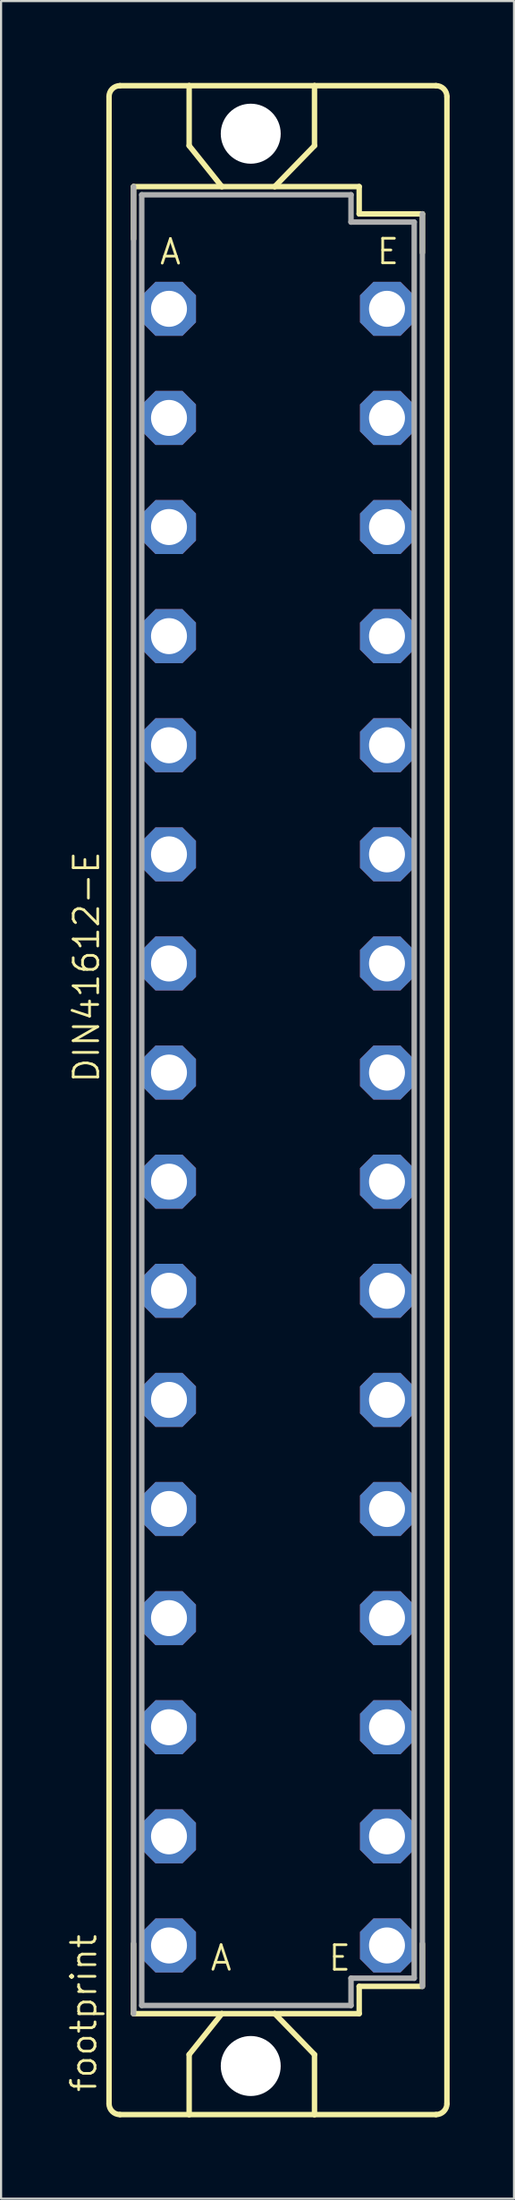
<source format=kicad_pcb>
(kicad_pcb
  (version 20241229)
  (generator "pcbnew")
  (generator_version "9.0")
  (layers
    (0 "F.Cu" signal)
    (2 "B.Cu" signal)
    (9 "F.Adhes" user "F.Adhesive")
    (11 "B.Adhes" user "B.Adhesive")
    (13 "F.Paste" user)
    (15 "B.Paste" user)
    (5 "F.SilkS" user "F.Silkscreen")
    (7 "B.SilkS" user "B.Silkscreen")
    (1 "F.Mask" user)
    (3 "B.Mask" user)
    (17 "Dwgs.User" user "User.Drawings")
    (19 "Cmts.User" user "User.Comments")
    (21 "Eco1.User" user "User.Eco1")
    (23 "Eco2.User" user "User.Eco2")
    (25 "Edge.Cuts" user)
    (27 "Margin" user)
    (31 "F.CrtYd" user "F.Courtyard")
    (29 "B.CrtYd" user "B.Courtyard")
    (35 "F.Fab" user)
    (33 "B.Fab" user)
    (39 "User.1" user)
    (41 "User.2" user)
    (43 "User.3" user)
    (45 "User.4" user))
  (footprint "footprint"
    (layer "F.Cu")
    (at 9.906 48.158)
    (property "Reference" "footprint" (at -8.382 46.279 90) (layer "F.SilkS") (effects (font (size 1.143 1.143) (thickness 0.127)) (justify left bottom)))
    (fp_line (start -7.874 46.736) (end -7.874 -46.711) (stroke (width 0.254) (type solid)) (layer "F.SilkS"))
    (fp_line (start -7.366 -47.219) (end -4.14 -47.219) (stroke (width 0.254) (type solid)) (layer "F.SilkS"))
    (fp_line (start -7.366 47.244) (end -4.14 47.244) (stroke (width 0.254) (type solid)) (layer "F.SilkS"))
    (fp_line (start -6.731 -42.52) (end -6.731 -40.081) (stroke (width 0.254) (type solid)) (layer "F.SilkS"))
    (fp_line (start -6.731 39.294) (end -6.731 42.545) (stroke (width 0.254) (type solid)) (layer "F.SilkS"))
    (fp_line (start -6.731 42.545) (end -2.616 42.545) (stroke (width 0.254) (type solid)) (layer "F.SilkS"))
    (fp_line (start -4.14 -47.219) (end -4.14 -44.425) (stroke (width 0.254) (type solid)) (layer "F.SilkS"))
    (fp_line (start -4.14 47.244) (end -4.14 44.45) (stroke (width 0.254) (type solid)) (layer "F.SilkS"))
    (fp_line (start -4.14 47.244) (end 1.702 47.244) (stroke (width 0.254) (type solid)) (layer "F.SilkS"))
    (fp_line (start -2.616 -42.52) (end -6.731 -42.52) (stroke (width 0.254) (type solid)) (layer "F.SilkS"))
    (fp_line (start -2.616 -42.52) (end -4.14 -44.425) (stroke (width 0.254) (type solid)) (layer "F.SilkS"))
    (fp_line (start -2.616 42.545) (end -4.14 44.45) (stroke (width 0.254) (type solid)) (layer "F.SilkS"))
    (fp_line (start -2.616 42.545) (end -0.152 42.545) (stroke (width 0.254) (type solid)) (layer "F.SilkS"))
    (fp_line (start -0.152 -42.52) (end -2.616 -42.52) (stroke (width 0.254) (type solid)) (layer "F.SilkS"))
    (fp_line (start -0.152 -42.52) (end 1.702 -44.425) (stroke (width 0.254) (type solid)) (layer "F.SilkS"))
    (fp_line (start -0.152 42.545) (end 1.702 44.45) (stroke (width 0.254) (type solid)) (layer "F.SilkS"))
    (fp_line (start -0.152 42.545) (end 3.785 42.545) (stroke (width 0.254) (type solid)) (layer "F.SilkS"))
    (fp_line (start 1.702 -47.219) (end -4.14 -47.219) (stroke (width 0.254) (type solid)) (layer "F.SilkS"))
    (fp_line (start 1.702 -47.219) (end 1.702 -44.425) (stroke (width 0.254) (type solid)) (layer "F.SilkS"))
    (fp_line (start 1.702 47.244) (end 1.702 44.45) (stroke (width 0.254) (type solid)) (layer "F.SilkS"))
    (fp_line (start 1.702 47.244) (end 7.366 47.244) (stroke (width 0.254) (type solid)) (layer "F.SilkS"))
    (fp_line (start 3.785 -42.52) (end -0.152 -42.52) (stroke (width 0.254) (type solid)) (layer "F.SilkS"))
    (fp_line (start 3.785 -41.25) (end 3.785 -42.52) (stroke (width 0.254) (type solid)) (layer "F.SilkS"))
    (fp_line (start 3.785 41.275) (end 6.731 41.275) (stroke (width 0.254) (type solid)) (layer "F.SilkS"))
    (fp_line (start 3.785 42.545) (end 3.785 41.275) (stroke (width 0.254) (type solid)) (layer "F.SilkS"))
    (fp_line (start 6.731 -41.25) (end 3.785 -41.25) (stroke (width 0.254) (type solid)) (layer "F.SilkS"))
    (fp_line (start 6.731 -39.446) (end 6.731 -41.25) (stroke (width 0.254) (type solid)) (layer "F.SilkS"))
    (fp_line (start 6.731 41.199) (end 6.731 39.294) (stroke (width 0.254) (type solid)) (layer "F.SilkS"))
    (fp_line (start 7.366 -47.219) (end 1.702 -47.219) (stroke (width 0.254) (type solid)) (layer "F.SilkS"))
    (fp_line (start 7.874 46.736) (end 7.874 -46.711) (stroke (width 0.254) (type solid)) (layer "F.SilkS"))
    (fp_arc (start -7.874 -46.7106) (mid -7.72521 -47.06981) (end -7.366 -47.2186) (stroke (width 0.254) (type solid)) (layer "F.SilkS"))
    (fp_arc (start -7.366 47.244) (mid -7.72521 47.09521) (end -7.874 46.736) (stroke (width 0.254) (type solid)) (layer "F.SilkS"))
    (fp_arc (start 7.366 -47.2186) (mid 7.72521 -47.06981) (end 7.874 -46.7106) (stroke (width 0.254) (type solid)) (layer "F.SilkS"))
    (fp_arc (start 7.874 46.736) (mid 7.72521 47.09521) (end 7.366 47.244) (stroke (width 0.254) (type solid)) (layer "F.SilkS"))
    (fp_line (start -6.731 -42.52) (end -6.731 42.545) (stroke (width 0.254) (type solid)) (layer "F.Fab"))
    (fp_line (start -6.35 -42.139) (end -6.35 42.164) (stroke (width 0.254) (type solid)) (layer "F.Fab"))
    (fp_line (start -6.35 -42.139) (end 3.404 -42.139) (stroke (width 0.254) (type solid)) (layer "F.Fab"))
    (fp_line (start -6.35 42.164) (end 3.404 42.164) (stroke (width 0.254) (type solid)) (layer "F.Fab"))
    (fp_line (start 3.404 -42.139) (end 3.404 -40.869) (stroke (width 0.254) (type solid)) (layer "F.Fab"))
    (fp_line (start 3.404 -40.869) (end 6.35 -40.869) (stroke (width 0.254) (type solid)) (layer "F.Fab"))
    (fp_line (start 3.404 40.894) (end 6.35 40.894) (stroke (width 0.254) (type solid)) (layer "F.Fab"))
    (fp_line (start 3.404 42.164) (end 3.404 40.894) (stroke (width 0.254) (type solid)) (layer "F.Fab"))
    (fp_line (start 6.35 -40.869) (end 6.35 40.894) (stroke (width 0.254) (type solid)) (layer "F.Fab"))
    (fp_line (start 6.731 41.275) (end 6.731 -41.25) (stroke (width 0.254) (type solid)) (layer "F.Fab"))
    (fp_poly (pts (xy -5.461 -36.195) (xy -4.699 -36.195) (xy -4.699 -37.465) (xy -5.461 -37.465)) (stroke (width 0.1) (type solid)) (fill no) (layer "F.Fab"))
    (fp_poly (pts (xy -5.461 -31.115) (xy -4.699 -31.115) (xy -4.699 -32.385) (xy -5.461 -32.385)) (stroke (width 0.1) (type solid)) (fill no) (layer "F.Fab"))
    (fp_poly (pts (xy -5.461 -26.035) (xy -4.699 -26.035) (xy -4.699 -27.305) (xy -5.461 -27.305)) (stroke (width 0.1) (type solid)) (fill no) (layer "F.Fab"))
    (fp_poly (pts (xy -5.461 -20.955) (xy -4.699 -20.955) (xy -4.699 -22.225) (xy -5.461 -22.225)) (stroke (width 0.1) (type solid)) (fill no) (layer "F.Fab"))
    (fp_poly (pts (xy -5.461 -15.875) (xy -4.699 -15.875) (xy -4.699 -17.145) (xy -5.461 -17.145)) (stroke (width 0.1) (type solid)) (fill no) (layer "F.Fab"))
    (fp_poly (pts (xy -5.461 -10.795) (xy -4.699 -10.795) (xy -4.699 -12.065) (xy -5.461 -12.065)) (stroke (width 0.1) (type solid)) (fill no) (layer "F.Fab"))
    (fp_poly (pts (xy -5.461 -5.715) (xy -4.699 -5.715) (xy -4.699 -6.985) (xy -5.461 -6.985)) (stroke (width 0.1) (type solid)) (fill no) (layer "F.Fab"))
    (fp_poly (pts (xy -5.461 -0.635) (xy -4.699 -0.635) (xy -4.699 -1.905) (xy -5.461 -1.905)) (stroke (width 0.1) (type solid)) (fill no) (layer "F.Fab"))
    (fp_poly (pts (xy -5.461 4.445) (xy -4.699 4.445) (xy -4.699 3.175) (xy -5.461 3.175)) (stroke (width 0.1) (type solid)) (fill no) (layer "F.Fab"))
    (fp_poly (pts (xy -5.461 9.525) (xy -4.699 9.525) (xy -4.699 8.255) (xy -5.461 8.255)) (stroke (width 0.1) (type solid)) (fill no) (layer "F.Fab"))
    (fp_poly (pts (xy -5.461 14.605) (xy -4.699 14.605) (xy -4.699 13.335) (xy -5.461 13.335)) (stroke (width 0.1) (type solid)) (fill no) (layer "F.Fab"))
    (fp_poly (pts (xy -5.461 19.685) (xy -4.699 19.685) (xy -4.699 18.415) (xy -5.461 18.415)) (stroke (width 0.1) (type solid)) (fill no) (layer "F.Fab"))
    (fp_poly (pts (xy -5.461 24.765) (xy -4.699 24.765) (xy -4.699 23.495) (xy -5.461 23.495)) (stroke (width 0.1) (type solid)) (fill no) (layer "F.Fab"))
    (fp_poly (pts (xy -5.461 29.845) (xy -4.699 29.845) (xy -4.699 28.575) (xy -5.461 28.575)) (stroke (width 0.1) (type solid)) (fill no) (layer "F.Fab"))
    (fp_poly (pts (xy -5.461 34.925) (xy -4.699 34.925) (xy -4.699 33.655) (xy -5.461 33.655)) (stroke (width 0.1) (type solid)) (fill no) (layer "F.Fab"))
    (fp_poly (pts (xy -5.461 40.005) (xy -4.699 40.005) (xy -4.699 38.735) (xy -5.461 38.735)) (stroke (width 0.1) (type solid)) (fill no) (layer "F.Fab"))
    (fp_poly (pts (xy 4.699 -36.195) (xy 5.461 -36.195) (xy 5.461 -37.465) (xy 4.699 -37.465)) (stroke (width 0.1) (type solid)) (fill no) (layer "F.Fab"))
    (fp_poly (pts (xy 4.699 -31.115) (xy 5.461 -31.115) (xy 5.461 -32.385) (xy 4.699 -32.385)) (stroke (width 0.1) (type solid)) (fill no) (layer "F.Fab"))
    (fp_poly (pts (xy 4.699 -26.035) (xy 5.461 -26.035) (xy 5.461 -27.305) (xy 4.699 -27.305)) (stroke (width 0.1) (type solid)) (fill no) (layer "F.Fab"))
    (fp_poly (pts (xy 4.699 -20.955) (xy 5.461 -20.955) (xy 5.461 -22.225) (xy 4.699 -22.225)) (stroke (width 0.1) (type solid)) (fill no) (layer "F.Fab"))
    (fp_poly (pts (xy 4.699 -15.875) (xy 5.461 -15.875) (xy 5.461 -17.145) (xy 4.699 -17.145)) (stroke (width 0.1) (type solid)) (fill no) (layer "F.Fab"))
    (fp_poly (pts (xy 4.699 -10.795) (xy 5.461 -10.795) (xy 5.461 -12.065) (xy 4.699 -12.065)) (stroke (width 0.1) (type solid)) (fill no) (layer "F.Fab"))
    (fp_poly (pts (xy 4.699 -5.715) (xy 5.461 -5.715) (xy 5.461 -6.985) (xy 4.699 -6.985)) (stroke (width 0.1) (type solid)) (fill no) (layer "F.Fab"))
    (fp_poly (pts (xy 4.699 -0.635) (xy 5.461 -0.635) (xy 5.461 -1.905) (xy 4.699 -1.905)) (stroke (width 0.1) (type solid)) (fill no) (layer "F.Fab"))
    (fp_poly (pts (xy 4.699 4.445) (xy 5.461 4.445) (xy 5.461 3.175) (xy 4.699 3.175)) (stroke (width 0.1) (type solid)) (fill no) (layer "F.Fab"))
    (fp_poly (pts (xy 4.699 9.525) (xy 5.461 9.525) (xy 5.461 8.255) (xy 4.699 8.255)) (stroke (width 0.1) (type solid)) (fill no) (layer "F.Fab"))
    (fp_poly (pts (xy 4.699 14.605) (xy 5.461 14.605) (xy 5.461 13.335) (xy 4.699 13.335)) (stroke (width 0.1) (type solid)) (fill no) (layer "F.Fab"))
    (fp_poly (pts (xy 4.699 19.685) (xy 5.461 19.685) (xy 5.461 18.415) (xy 4.699 18.415)) (stroke (width 0.1) (type solid)) (fill no) (layer "F.Fab"))
    (fp_poly (pts (xy 4.699 24.765) (xy 5.461 24.765) (xy 5.461 23.495) (xy 4.699 23.495)) (stroke (width 0.1) (type solid)) (fill no) (layer "F.Fab"))
    (fp_poly (pts (xy 4.699 29.845) (xy 5.461 29.845) (xy 5.461 28.575) (xy 4.699 28.575)) (stroke (width 0.1) (type solid)) (fill no) (layer "F.Fab"))
    (fp_poly (pts (xy 4.699 34.925) (xy 5.461 34.925) (xy 5.461 33.655) (xy 4.699 33.655)) (stroke (width 0.1) (type solid)) (fill no) (layer "F.Fab"))
    (fp_poly (pts (xy 4.699 40.005) (xy 5.461 40.005) (xy 5.461 38.735) (xy 4.699 38.735)) (stroke (width 0.1) (type solid)) (fill no) (layer "F.Fab"))
    (fp_text user "E" (at 4.525 -38.825 0) (layer "F.SilkS") (effects (font (size 1.143 1.143) (thickness 0.127)) (justify left bottom)))
    (fp_text user "E" (at 2.275 40.625 0) (layer "F.SilkS") (effects (font (size 1.143 1.143) (thickness 0.127)) (justify left bottom)))
    (fp_text user "DIN41612-E" (at -8.255 -0.711 90) (layer "F.SilkS") (effects (font (size 1.143 1.143) (thickness 0.127)) (justify left bottom)))
    (fp_text user "A" (at -5.588 -38.811 0) (layer "F.SilkS") (effects (font (size 1.143 1.143) (thickness 0.127)) (justify left bottom)))
    (fp_text user "A" (at -3.225 40.625 0) (layer "F.SilkS") (effects (font (size 1.143 1.143) (thickness 0.127)) (justify left bottom)))
    (pad "" np_thru_hole circle (at -1.27 -44.983) (size 2.794 2.794) (drill 2.794) (layers "*.Cu" "*.Mask"))
    (pad "" np_thru_hole circle (at -1.27 44.983) (size 2.794 2.794) (drill 2.794) (layers "*.Cu" "*.Mask"))
    (pad "A2" thru_hole roundrect (at -5.08 -36.83) (size 2.515 2.515) (drill 1.676) (layers "*.Cu" "*.Mask") (roundrect_rratio 0.25) (chamfer_ratio 0.25) (chamfer top_left top_right bottom_left bottom_right))
    (pad "A4" thru_hole roundrect (at -5.08 -31.75) (size 2.515 2.515) (drill 1.676) (layers "*.Cu" "*.Mask") (roundrect_rratio 0.25) (chamfer_ratio 0.25) (chamfer top_left top_right bottom_left bottom_right))
    (pad "A6" thru_hole roundrect (at -5.08 -26.67) (size 2.515 2.515) (drill 1.676) (layers "*.Cu" "*.Mask") (roundrect_rratio 0.25) (chamfer_ratio 0.25) (chamfer top_left top_right bottom_left bottom_right))
    (pad "A8" thru_hole roundrect (at -5.08 -21.59) (size 2.515 2.515) (drill 1.676) (layers "*.Cu" "*.Mask") (roundrect_rratio 0.25) (chamfer_ratio 0.25) (chamfer top_left top_right bottom_left bottom_right))
    (pad "A10" thru_hole roundrect (at -5.08 -16.51) (size 2.515 2.515) (drill 1.676) (layers "*.Cu" "*.Mask") (roundrect_rratio 0.25) (chamfer_ratio 0.25) (chamfer top_left top_right bottom_left bottom_right))
    (pad "A12" thru_hole roundrect (at -5.08 -11.43) (size 2.515 2.515) (drill 1.676) (layers "*.Cu" "*.Mask") (roundrect_rratio 0.25) (chamfer_ratio 0.25) (chamfer top_left top_right bottom_left bottom_right))
    (pad "A14" thru_hole roundrect (at -5.08 -6.35) (size 2.515 2.515) (drill 1.676) (layers "*.Cu" "*.Mask") (roundrect_rratio 0.25) (chamfer_ratio 0.25) (chamfer top_left top_right bottom_left bottom_right))
    (pad "A16" thru_hole roundrect (at -5.08 -1.27) (size 2.515 2.515) (drill 1.676) (layers "*.Cu" "*.Mask") (roundrect_rratio 0.25) (chamfer_ratio 0.25) (chamfer top_left top_right bottom_left bottom_right))
    (pad "A18" thru_hole roundrect (at -5.08 3.81) (size 2.515 2.515) (drill 1.676) (layers "*.Cu" "*.Mask") (roundrect_rratio 0.25) (chamfer_ratio 0.25) (chamfer top_left top_right bottom_left bottom_right))
    (pad "A20" thru_hole roundrect (at -5.08 8.89) (size 2.515 2.515) (drill 1.676) (layers "*.Cu" "*.Mask") (roundrect_rratio 0.25) (chamfer_ratio 0.25) (chamfer top_left top_right bottom_left bottom_right))
    (pad "A22" thru_hole roundrect (at -5.08 13.97) (size 2.515 2.515) (drill 1.676) (layers "*.Cu" "*.Mask") (roundrect_rratio 0.25) (chamfer_ratio 0.25) (chamfer top_left top_right bottom_left bottom_right))
    (pad "A24" thru_hole roundrect (at -5.08 19.05) (size 2.515 2.515) (drill 1.676) (layers "*.Cu" "*.Mask") (roundrect_rratio 0.25) (chamfer_ratio 0.25) (chamfer top_left top_right bottom_left bottom_right))
    (pad "A26" thru_hole roundrect (at -5.08 24.13) (size 2.515 2.515) (drill 1.676) (layers "*.Cu" "*.Mask") (roundrect_rratio 0.25) (chamfer_ratio 0.25) (chamfer top_left top_right bottom_left bottom_right))
    (pad "A28" thru_hole roundrect (at -5.08 29.21) (size 2.515 2.515) (drill 1.676) (layers "*.Cu" "*.Mask") (roundrect_rratio 0.25) (chamfer_ratio 0.25) (chamfer top_left top_right bottom_left bottom_right))
    (pad "A30" thru_hole roundrect (at -5.08 34.29) (size 2.515 2.515) (drill 1.676) (layers "*.Cu" "*.Mask") (roundrect_rratio 0.25) (chamfer_ratio 0.25) (chamfer top_left top_right bottom_left bottom_right))
    (pad "A32" thru_hole roundrect (at -5.08 39.37) (size 2.515 2.515) (drill 1.676) (layers "*.Cu" "*.Mask") (roundrect_rratio 0.25) (chamfer_ratio 0.25) (chamfer top_left top_right bottom_left bottom_right))
    (pad "E2" thru_hole roundrect (at 5.08 -36.83) (size 2.515 2.515) (drill 1.676) (layers "*.Cu" "*.Mask") (roundrect_rratio 0.25) (chamfer_ratio 0.25) (chamfer top_left top_right bottom_left bottom_right))
    (pad "E4" thru_hole roundrect (at 5.08 -31.75) (size 2.515 2.515) (drill 1.676) (layers "*.Cu" "*.Mask") (roundrect_rratio 0.25) (chamfer_ratio 0.25) (chamfer top_left top_right bottom_left bottom_right))
    (pad "E6" thru_hole roundrect (at 5.08 -26.67) (size 2.515 2.515) (drill 1.676) (layers "*.Cu" "*.Mask") (roundrect_rratio 0.25) (chamfer_ratio 0.25) (chamfer top_left top_right bottom_left bottom_right))
    (pad "E8" thru_hole roundrect (at 5.08 -21.59) (size 2.515 2.515) (drill 1.676) (layers "*.Cu" "*.Mask") (roundrect_rratio 0.25) (chamfer_ratio 0.25) (chamfer top_left top_right bottom_left bottom_right))
    (pad "E10" thru_hole roundrect (at 5.08 -16.51) (size 2.515 2.515) (drill 1.676) (layers "*.Cu" "*.Mask") (roundrect_rratio 0.25) (chamfer_ratio 0.25) (chamfer top_left top_right bottom_left bottom_right))
    (pad "E12" thru_hole roundrect (at 5.08 -11.43) (size 2.515 2.515) (drill 1.676) (layers "*.Cu" "*.Mask") (roundrect_rratio 0.25) (chamfer_ratio 0.25) (chamfer top_left top_right bottom_left bottom_right))
    (pad "E14" thru_hole roundrect (at 5.08 -6.35) (size 2.515 2.515) (drill 1.676) (layers "*.Cu" "*.Mask") (roundrect_rratio 0.25) (chamfer_ratio 0.25) (chamfer top_left top_right bottom_left bottom_right))
    (pad "E16" thru_hole roundrect (at 5.08 -1.27) (size 2.515 2.515) (drill 1.676) (layers "*.Cu" "*.Mask") (roundrect_rratio 0.25) (chamfer_ratio 0.25) (chamfer top_left top_right bottom_left bottom_right))
    (pad "E18" thru_hole roundrect (at 5.08 3.81) (size 2.515 2.515) (drill 1.676) (layers "*.Cu" "*.Mask") (roundrect_rratio 0.25) (chamfer_ratio 0.25) (chamfer top_left top_right bottom_left bottom_right))
    (pad "E20" thru_hole roundrect (at 5.08 8.89) (size 2.515 2.515) (drill 1.676) (layers "*.Cu" "*.Mask") (roundrect_rratio 0.25) (chamfer_ratio 0.25) (chamfer top_left top_right bottom_left bottom_right))
    (pad "E22" thru_hole roundrect (at 5.08 13.97) (size 2.515 2.515) (drill 1.676) (layers "*.Cu" "*.Mask") (roundrect_rratio 0.25) (chamfer_ratio 0.25) (chamfer top_left top_right bottom_left bottom_right))
    (pad "E24" thru_hole roundrect (at 5.08 19.05) (size 2.515 2.515) (drill 1.676) (layers "*.Cu" "*.Mask") (roundrect_rratio 0.25) (chamfer_ratio 0.25) (chamfer top_left top_right bottom_left bottom_right))
    (pad "E26" thru_hole roundrect (at 5.08 24.13) (size 2.515 2.515) (drill 1.676) (layers "*.Cu" "*.Mask") (roundrect_rratio 0.25) (chamfer_ratio 0.25) (chamfer top_left top_right bottom_left bottom_right))
    (pad "E28" thru_hole roundrect (at 5.08 29.21) (size 2.515 2.515) (drill 1.676) (layers "*.Cu" "*.Mask") (roundrect_rratio 0.25) (chamfer_ratio 0.25) (chamfer top_left top_right bottom_left bottom_right))
    (pad "E30" thru_hole roundrect (at 5.08 34.29) (size 2.515 2.515) (drill 1.676) (layers "*.Cu" "*.Mask") (roundrect_rratio 0.25) (chamfer_ratio 0.25) (chamfer top_left top_right bottom_left bottom_right))
    (pad "E32" thru_hole roundrect (at 5.08 39.37) (size 2.515 2.515) (drill 1.676) (layers "*.Cu" "*.Mask") (roundrect_rratio 0.25) (chamfer_ratio 0.25) (chamfer top_left top_right bottom_left bottom_right))
    (zone (net_name "") (layers "F.Cu" "B.Cu") (hatch edge 0.508) (connect_pads) (min_thickness 0.254) (filled_areas_thickness no) (keepout (tracks allowed) (vias not_allowed) (pads allowed) (copperpour allowed) (footprints allowed)) (placement (enabled no)) (fill) (polygon (pts (xy 11.811 3.175) (xy 11.763 2.624) (xy 11.62 2.089) (xy 11.386 1.587) (xy 11.068 1.134) (xy 10.677 0.743) (xy 10.223 0.425) (xy 9.722 0.191) (xy 9.187 0.048) (xy 8.636 0) (xy 8.085 0.048) (xy 7.55 0.191) (xy 7.048 0.425) (xy 6.595 0.743) (xy 6.204 1.134) (xy 5.886 1.587) (xy 5.652 2.089) (xy 5.509 2.624) (xy 5.461 3.175) (xy 5.509 3.726) (xy 5.652 4.261) (xy 5.886 4.763) (xy 6.204 5.216) (xy 6.595 5.607) (xy 7.048 5.925) (xy 7.55 6.159) (xy 8.085 6.302) (xy 8.636 6.35) (xy 9.187 6.302) (xy 9.722 6.159) (xy 10.223 5.925) (xy 10.677 5.607) (xy 11.068 5.216) (xy 11.386 4.763) (xy 11.62 4.261) (xy 11.763 3.726))) (polygon (pts (xy 10.033 3.175) (xy 10.012 2.932) (xy 9.949 2.697) (xy 9.846 2.477) (xy 9.706 2.277) (xy 9.534 2.105) (xy 9.335 1.965) (xy 9.114 1.862) (xy 8.879 1.799) (xy 8.636 1.778) (xy 8.393 1.799) (xy 8.158 1.862) (xy 7.938 1.965) (xy 7.738 2.105) (xy 7.566 2.277) (xy 7.426 2.477) (xy 7.323 2.697) (xy 7.26 2.932) (xy 7.239 3.175) (xy 7.26 3.418) (xy 7.323 3.653) (xy 7.426 3.873) (xy 7.566 4.073) (xy 7.738 4.245) (xy 7.938 4.385) (xy 8.158 4.488) (xy 8.393 4.551) (xy 8.636 4.572) (xy 8.879 4.551) (xy 9.114 4.488) (xy 9.335 4.385) (xy 9.534 4.245) (xy 9.706 4.073) (xy 9.846 3.873) (xy 9.949 3.653) (xy 10.012 3.418))))
    (zone (net_name "") (layers "F.Cu" "B.Cu") (hatch edge 0.508) (connect_pads) (min_thickness 0.254) (filled_areas_thickness no) (keepout (tracks allowed) (vias not_allowed) (pads allowed) (copperpour allowed) (footprints allowed)) (placement (enabled no)) (fill) (polygon (pts (xy 11.811 93.142) (xy 11.763 92.59) (xy 11.62 92.056) (xy 11.386 91.554) (xy 11.068 91.101) (xy 10.677 90.71) (xy 10.223 90.392) (xy 9.722 90.158) (xy 9.187 90.015) (xy 8.636 89.967) (xy 8.085 90.015) (xy 7.55 90.158) (xy 7.048 90.392) (xy 6.595 90.71) (xy 6.204 91.101) (xy 5.886 91.554) (xy 5.652 92.056) (xy 5.509 92.59) (xy 5.461 93.142) (xy 5.509 93.693) (xy 5.652 94.228) (xy 5.886 94.729) (xy 6.204 95.183) (xy 6.595 95.574) (xy 7.048 95.891) (xy 7.55 96.125) (xy 8.085 96.269) (xy 8.636 96.317) (xy 9.187 96.269) (xy 9.722 96.125) (xy 10.223 95.891) (xy 10.677 95.574) (xy 11.068 95.183) (xy 11.386 94.729) (xy 11.62 94.228) (xy 11.763 93.693))) (polygon (pts (xy 10.033 93.142) (xy 10.012 92.899) (xy 9.949 92.664) (xy 9.846 92.443) (xy 9.706 92.244) (xy 9.534 92.072) (xy 9.335 91.932) (xy 9.114 91.829) (xy 8.879 91.766) (xy 8.636 91.745) (xy 8.393 91.766) (xy 8.158 91.829) (xy 7.938 91.932) (xy 7.738 92.072) (xy 7.566 92.244) (xy 7.426 92.443) (xy 7.323 92.664) (xy 7.26 92.899) (xy 7.239 93.142) (xy 7.26 93.384) (xy 7.323 93.62) (xy 7.426 93.84) (xy 7.566 94.04) (xy 7.738 94.212) (xy 7.938 94.352) (xy 8.158 94.455) (xy 8.393 94.518) (xy 8.636 94.539) (xy 8.879 94.518) (xy 9.114 94.455) (xy 9.335 94.352) (xy 9.534 94.212) (xy 9.706 94.04) (xy 9.846 93.84) (xy 9.949 93.62) (xy 10.012 93.384))))
    (zone (net_name "") (layer "B.Cu") (hatch edge 0.508) (connect_pads) (min_thickness 0.254) (filled_areas_thickness no) (keepout (tracks not_allowed) (vias not_allowed) (pads not_allowed) (copperpour not_allowed) (footprints allowed)) (placement (enabled no)) (fill) (polygon (pts (xy 11.811 3.175) (xy 11.763 2.624) (xy 11.62 2.089) (xy 11.386 1.587) (xy 11.068 1.134) (xy 10.677 0.743) (xy 10.223 0.425) (xy 9.722 0.191) (xy 9.187 0.048) (xy 8.636 0) (xy 8.085 0.048) (xy 7.55 0.191) (xy 7.048 0.425) (xy 6.595 0.743) (xy 6.204 1.134) (xy 5.886 1.587) (xy 5.652 2.089) (xy 5.509 2.624) (xy 5.461 3.175) (xy 5.509 3.726) (xy 5.652 4.261) (xy 5.886 4.763) (xy 6.204 5.216) (xy 6.595 5.607) (xy 7.048 5.925) (xy 7.55 6.159) (xy 8.085 6.302) (xy 8.636 6.35) (xy 9.187 6.302) (xy 9.722 6.159) (xy 10.223 5.925) (xy 10.677 5.607) (xy 11.068 5.216) (xy 11.386 4.763) (xy 11.62 4.261) (xy 11.763 3.726))) (polygon (pts (xy 10.033 3.175) (xy 10.012 2.932) (xy 9.949 2.697) (xy 9.846 2.477) (xy 9.706 2.277) (xy 9.534 2.105) (xy 9.335 1.965) (xy 9.114 1.862) (xy 8.879 1.799) (xy 8.636 1.778) (xy 8.393 1.799) (xy 8.158 1.862) (xy 7.938 1.965) (xy 7.738 2.105) (xy 7.566 2.277) (xy 7.426 2.477) (xy 7.323 2.697) (xy 7.26 2.932) (xy 7.239 3.175) (xy 7.26 3.418) (xy 7.323 3.653) (xy 7.426 3.873) (xy 7.566 4.073) (xy 7.738 4.245) (xy 7.938 4.385) (xy 8.158 4.488) (xy 8.393 4.551) (xy 8.636 4.572) (xy 8.879 4.551) (xy 9.114 4.488) (xy 9.335 4.385) (xy 9.534 4.245) (xy 9.706 4.073) (xy 9.846 3.873) (xy 9.949 3.653) (xy 10.012 3.418))))
    (zone (net_name "") (layer "B.Cu") (hatch edge 0.508) (connect_pads) (min_thickness 0.254) (filled_areas_thickness no) (keepout (tracks not_allowed) (vias not_allowed) (pads not_allowed) (copperpour not_allowed) (footprints allowed)) (placement (enabled no)) (fill) (polygon (pts (xy 11.811 93.142) (xy 11.763 92.59) (xy 11.62 92.056) (xy 11.386 91.554) (xy 11.068 91.101) (xy 10.677 90.71) (xy 10.223 90.392) (xy 9.722 90.158) (xy 9.187 90.015) (xy 8.636 89.967) (xy 8.085 90.015) (xy 7.55 90.158) (xy 7.048 90.392) (xy 6.595 90.71) (xy 6.204 91.101) (xy 5.886 91.554) (xy 5.652 92.056) (xy 5.509 92.59) (xy 5.461 93.142) (xy 5.509 93.693) (xy 5.652 94.228) (xy 5.886 94.729) (xy 6.204 95.183) (xy 6.595 95.574) (xy 7.048 95.891) (xy 7.55 96.125) (xy 8.085 96.269) (xy 8.636 96.317) (xy 9.187 96.269) (xy 9.722 96.125) (xy 10.223 95.891) (xy 10.677 95.574) (xy 11.068 95.183) (xy 11.386 94.729) (xy 11.62 94.228) (xy 11.763 93.693))) (polygon (pts (xy 10.033 93.142) (xy 10.012 92.899) (xy 9.949 92.664) (xy 9.846 92.443) (xy 9.706 92.244) (xy 9.534 92.072) (xy 9.335 91.932) (xy 9.114 91.829) (xy 8.879 91.766) (xy 8.636 91.745) (xy 8.393 91.766) (xy 8.158 91.829) (xy 7.938 91.932) (xy 7.738 92.072) (xy 7.566 92.244) (xy 7.426 92.443) (xy 7.323 92.664) (xy 7.26 92.899) (xy 7.239 93.142) (xy 7.26 93.384) (xy 7.323 93.62) (xy 7.426 93.84) (xy 7.566 94.04) (xy 7.738 94.212) (xy 7.938 94.352) (xy 8.158 94.455) (xy 8.393 94.518) (xy 8.636 94.539) (xy 8.879 94.518) (xy 9.114 94.455) (xy 9.335 94.352) (xy 9.534 94.212) (xy 9.706 94.04) (xy 9.846 93.84) (xy 9.949 93.62) (xy 10.012 93.384)))))
  (gr_rect
    (start -3 -3)
    (end 20.907 99.317)
    (stroke (width 0.1) (type default))
    (fill no)
    (layer "Edge.Cuts")))
</source>
